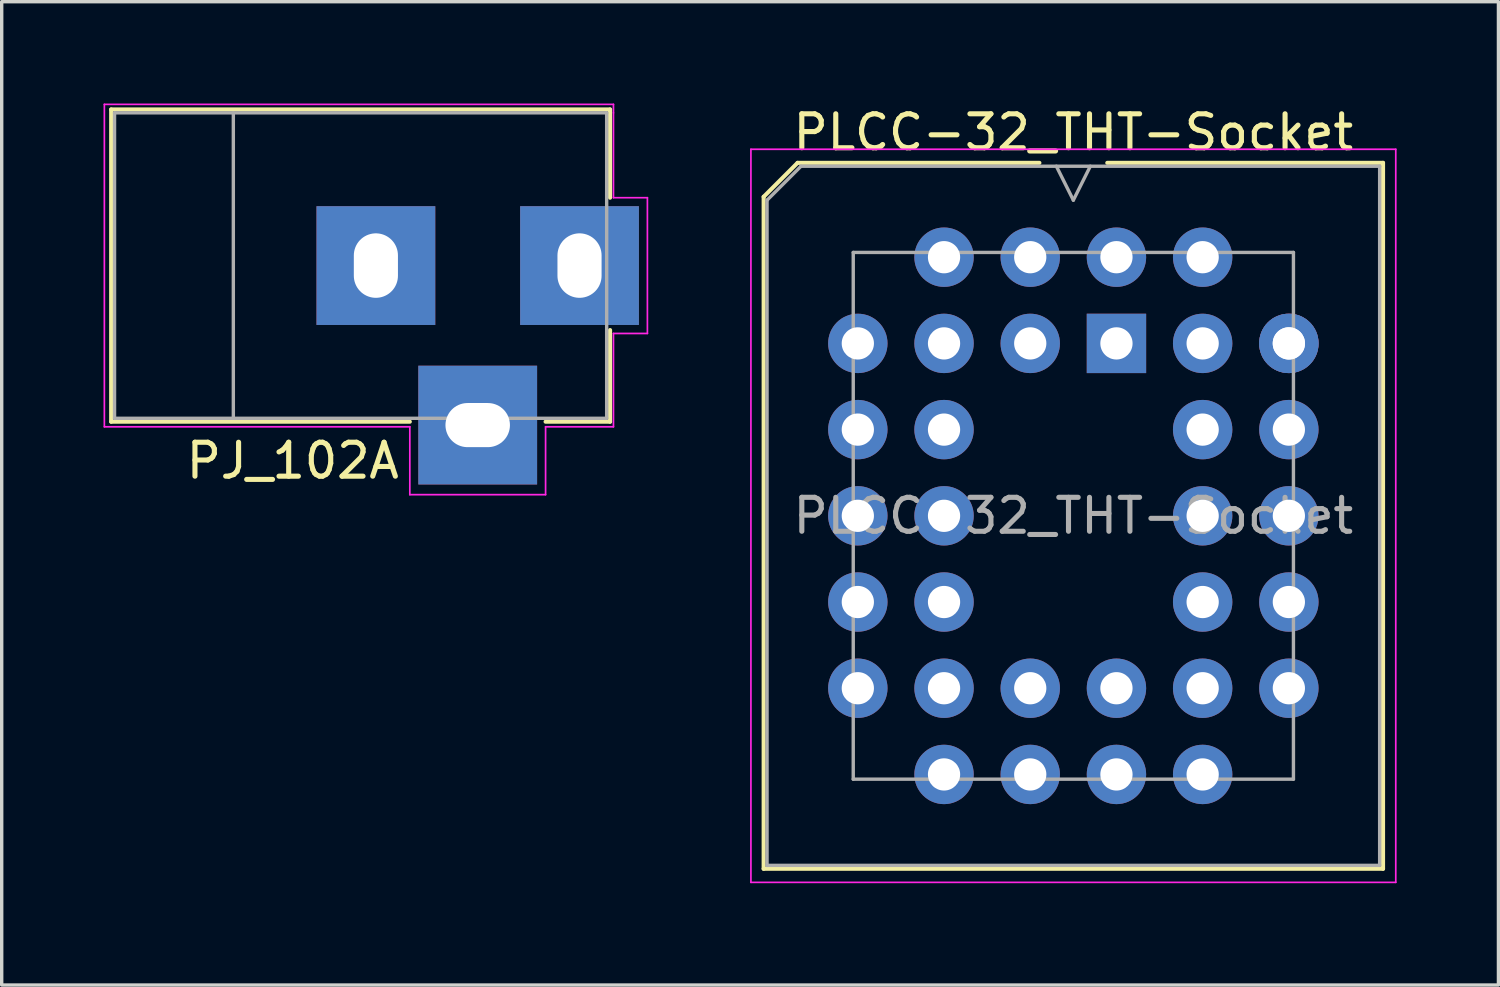
<source format=kicad_pcb>
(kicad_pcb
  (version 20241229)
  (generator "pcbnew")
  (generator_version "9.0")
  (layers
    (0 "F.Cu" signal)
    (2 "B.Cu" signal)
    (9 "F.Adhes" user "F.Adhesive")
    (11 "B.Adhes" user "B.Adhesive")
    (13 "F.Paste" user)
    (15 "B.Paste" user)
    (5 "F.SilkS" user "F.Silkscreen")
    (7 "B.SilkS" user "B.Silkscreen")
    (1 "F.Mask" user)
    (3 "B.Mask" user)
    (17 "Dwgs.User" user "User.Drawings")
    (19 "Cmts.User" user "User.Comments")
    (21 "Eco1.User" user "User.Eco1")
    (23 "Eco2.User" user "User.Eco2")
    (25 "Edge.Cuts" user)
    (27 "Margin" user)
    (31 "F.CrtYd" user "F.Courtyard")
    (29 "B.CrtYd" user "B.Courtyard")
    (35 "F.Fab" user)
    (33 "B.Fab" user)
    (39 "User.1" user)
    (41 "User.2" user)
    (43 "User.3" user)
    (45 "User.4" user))
  (footprint "PJ_102A"
    (layer "F.Cu")
    (at 14.025 4.775)
    (property "Reference" "PJ_102A" (at -8.45 5.75 180) (layer "F.SilkS") (effects (font (size 1 1) (thickness 0.15))))
    (attr through_hole)
    (fp_line (start -13.8 -4.6) (end 0.9 -4.6) (stroke (width 0.12) (type solid)) (layer "F.SilkS"))
    (fp_line (start -13.8 4.6) (end -13.8 -4.6) (stroke (width 0.12) (type solid)) (layer "F.SilkS"))
    (fp_line (start -5 4.6) (end -13.8 4.6) (stroke (width 0.12) (type solid)) (layer "F.SilkS"))
    (fp_line (start 0.9 -4.6) (end 0.9 -2) (stroke (width 0.12) (type solid)) (layer "F.SilkS"))
    (fp_line (start 0.9 1.9) (end 0.9 4.6) (stroke (width 0.12) (type solid)) (layer "F.SilkS"))
    (fp_line (start 0.9 4.6) (end -1 4.6) (stroke (width 0.12) (type solid)) (layer "F.SilkS"))
    (fp_line (start -14 4.75) (end -14 -4.75) (stroke (width 0.05) (type solid)) (layer "F.CrtYd"))
    (fp_line (start -5 4.75) (end -14 4.75) (stroke (width 0.05) (type solid)) (layer "F.CrtYd"))
    (fp_line (start -5 6.75) (end -5 4.75) (stroke (width 0.05) (type solid)) (layer "F.CrtYd"))
    (fp_line (start -1 4.75) (end -1 6.75) (stroke (width 0.05) (type solid)) (layer "F.CrtYd"))
    (fp_line (start -1 6.75) (end -5 6.75) (stroke (width 0.05) (type solid)) (layer "F.CrtYd"))
    (fp_line (start 1 -4.75) (end -14 -4.75) (stroke (width 0.05) (type solid)) (layer "F.CrtYd"))
    (fp_line (start 1 -4.5) (end 1 -4.75) (stroke (width 0.05) (type solid)) (layer "F.CrtYd"))
    (fp_line (start 1 -4.5) (end 1 -2) (stroke (width 0.05) (type solid)) (layer "F.CrtYd"))
    (fp_line (start 1 -2) (end 2 -2) (stroke (width 0.05) (type solid)) (layer "F.CrtYd"))
    (fp_line (start 1 2) (end 1 4.75) (stroke (width 0.05) (type solid)) (layer "F.CrtYd"))
    (fp_line (start 1 4.75) (end -1 4.75) (stroke (width 0.05) (type solid)) (layer "F.CrtYd"))
    (fp_line (start 2 -2) (end 2 2) (stroke (width 0.05) (type solid)) (layer "F.CrtYd"))
    (fp_line (start 2 2) (end 1 2) (stroke (width 0.05) (type solid)) (layer "F.CrtYd"))
    (fp_line (start -13.7 -4.5) (end -13.7 4.5) (stroke (width 0.1) (type solid)) (layer "F.Fab"))
    (fp_line (start -13.7 4.5) (end 0.8 4.5) (stroke (width 0.1) (type solid)) (layer "F.Fab"))
    (fp_line (start -10.2 -4.5) (end -10.2 4.5) (stroke (width 0.1) (type solid)) (layer "F.Fab"))
    (fp_line (start 0.8 -4.5) (end -13.7 -4.5) (stroke (width 0.1) (type solid)) (layer "F.Fab"))
    (fp_line (start 0.8 4.5) (end 0.8 -4.5) (stroke (width 0.1) (type solid)) (layer "F.Fab"))
    (pad "1" thru_hole rect (at 0 0) (size 3.5 3.5) (drill oval 1.3 1.9) (layers "*.Cu" "*.Mask"))
    (pad "2" thru_hole rect (at -6 0) (size 3.5 3.5) (drill oval 1.3 1.9) (layers "*.Cu" "*.Mask"))
    (pad "3" thru_hole rect (at -3 4.7) (size 3.5 3.5) (drill oval 1.9 1.3) (layers "*.Cu" "*.Mask")))
  (footprint "PLCC-32_THT-Socket"
    (layer "F.Cu")
    (at 29.845 7.068)
    (property "Reference" "PLCC-32_THT-Socket" (at -1.27 -6.22 0) (layer "F.SilkS") (effects (font (size 1 1) (thickness 0.15))))
    (attr through_hole)
    (fp_line (start -10.395 -4.32) (end -10.395 15.48) (stroke (width 0.12) (type solid)) (layer "F.SilkS"))
    (fp_line (start -10.395 15.48) (end 7.855 15.48) (stroke (width 0.12) (type solid)) (layer "F.SilkS"))
    (fp_line (start -9.395 -5.32) (end -10.395 -4.32) (stroke (width 0.12) (type solid)) (layer "F.SilkS"))
    (fp_line (start -2.27 -5.32) (end -9.395 -5.32) (stroke (width 0.12) (type solid)) (layer "F.SilkS"))
    (fp_line (start 7.855 -5.32) (end -0.27 -5.32) (stroke (width 0.12) (type solid)) (layer "F.SilkS"))
    (fp_line (start 7.855 15.48) (end 7.855 -5.32) (stroke (width 0.12) (type solid)) (layer "F.SilkS"))
    (fp_line (start -10.77 -5.72) (end -10.77 15.88) (stroke (width 0.05) (type solid)) (layer "F.CrtYd"))
    (fp_line (start -10.77 15.88) (end 8.23 15.88) (stroke (width 0.05) (type solid)) (layer "F.CrtYd"))
    (fp_line (start 8.23 -5.72) (end -10.77 -5.72) (stroke (width 0.05) (type solid)) (layer "F.CrtYd"))
    (fp_line (start 8.23 15.88) (end 8.23 -5.72) (stroke (width 0.05) (type solid)) (layer "F.CrtYd"))
    (fp_line (start -10.295 -4.22) (end -10.295 15.38) (stroke (width 0.1) (type solid)) (layer "F.Fab"))
    (fp_line (start -10.295 15.38) (end 7.755 15.38) (stroke (width 0.1) (type solid)) (layer "F.Fab"))
    (fp_line (start -9.295 -5.22) (end -10.295 -4.22) (stroke (width 0.1) (type solid)) (layer "F.Fab"))
    (fp_line (start -7.755 -2.68) (end -7.755 12.84) (stroke (width 0.1) (type solid)) (layer "F.Fab"))
    (fp_line (start -7.755 12.84) (end 5.215 12.84) (stroke (width 0.1) (type solid)) (layer "F.Fab"))
    (fp_line (start -1.77 -5.22) (end -1.27 -4.22) (stroke (width 0.1) (type solid)) (layer "F.Fab"))
    (fp_line (start -1.27 -4.22) (end -0.77 -5.22) (stroke (width 0.1) (type solid)) (layer "F.Fab"))
    (fp_line (start 5.215 -2.68) (end -7.755 -2.68) (stroke (width 0.1) (type solid)) (layer "F.Fab"))
    (fp_line (start 5.215 12.84) (end 5.215 -2.68) (stroke (width 0.1) (type solid)) (layer "F.Fab"))
    (fp_line (start 7.755 -5.22) (end -9.295 -5.22) (stroke (width 0.1) (type solid)) (layer "F.Fab"))
    (fp_line (start 7.755 15.38) (end 7.755 -5.22) (stroke (width 0.1) (type solid)) (layer "F.Fab"))
    (fp_text user "${REFERENCE}" (at -1.27 5.08 0) (layer "F.Fab") (effects (font (size 1 1) (thickness 0.15))))
    (pad "1" thru_hole rect (at 0 0) (size 1.75 1.75) (drill 0.95) (layers "*.Cu" "*.Mask"))
    (pad "2" thru_hole circle (at -2.54 -2.54) (size 1.75 1.75) (drill 0.95) (layers "*.Cu" "*.Mask"))
    (pad "3" thru_hole circle (at -2.54 0) (size 1.75 1.75) (drill 0.95) (layers "*.Cu" "*.Mask"))
    (pad "4" thru_hole circle (at -5.08 -2.54) (size 1.75 1.75) (drill 0.95) (layers "*.Cu" "*.Mask"))
    (pad "5" thru_hole circle (at -7.62 0) (size 1.75 1.75) (drill 0.95) (layers "*.Cu" "*.Mask"))
    (pad "6" thru_hole circle (at -5.08 0) (size 1.75 1.75) (drill 0.95) (layers "*.Cu" "*.Mask"))
    (pad "7" thru_hole circle (at -7.62 2.54) (size 1.75 1.75) (drill 0.95) (layers "*.Cu" "*.Mask"))
    (pad "8" thru_hole circle (at -5.08 2.54) (size 1.75 1.75) (drill 0.95) (layers "*.Cu" "*.Mask"))
    (pad "9" thru_hole circle (at -7.62 5.08) (size 1.75 1.75) (drill 0.95) (layers "*.Cu" "*.Mask"))
    (pad "10" thru_hole circle (at -5.08 5.08) (size 1.75 1.75) (drill 0.95) (layers "*.Cu" "*.Mask"))
    (pad "11" thru_hole circle (at -7.62 7.62) (size 1.75 1.75) (drill 0.95) (layers "*.Cu" "*.Mask"))
    (pad "12" thru_hole circle (at -5.08 7.62) (size 1.75 1.75) (drill 0.95) (layers "*.Cu" "*.Mask"))
    (pad "13" thru_hole circle (at -7.62 10.16) (size 1.75 1.75) (drill 0.95) (layers "*.Cu" "*.Mask"))
    (pad "14" thru_hole circle (at -5.08 12.7) (size 1.75 1.75) (drill 0.95) (layers "*.Cu" "*.Mask"))
    (pad "15" thru_hole circle (at -5.08 10.16) (size 1.75 1.75) (drill 0.95) (layers "*.Cu" "*.Mask"))
    (pad "16" thru_hole circle (at -2.54 12.7) (size 1.75 1.75) (drill 0.95) (layers "*.Cu" "*.Mask"))
    (pad "17" thru_hole circle (at -2.54 10.16) (size 1.75 1.75) (drill 0.95) (layers "*.Cu" "*.Mask"))
    (pad "18" thru_hole circle (at 0 12.7) (size 1.75 1.75) (drill 0.95) (layers "*.Cu" "*.Mask"))
    (pad "19" thru_hole circle (at 0 10.16) (size 1.75 1.75) (drill 0.95) (layers "*.Cu" "*.Mask"))
    (pad "20" thru_hole circle (at 2.54 12.7) (size 1.75 1.75) (drill 0.95) (layers "*.Cu" "*.Mask"))
    (pad "21" thru_hole circle (at 5.08 10.16) (size 1.75 1.75) (drill 0.95) (layers "*.Cu" "*.Mask"))
    (pad "22" thru_hole circle (at 2.54 10.16) (size 1.75 1.75) (drill 0.95) (layers "*.Cu" "*.Mask"))
    (pad "23" thru_hole circle (at 5.08 7.62) (size 1.75 1.75) (drill 0.95) (layers "*.Cu" "*.Mask"))
    (pad "24" thru_hole circle (at 2.54 7.62) (size 1.75 1.75) (drill 0.95) (layers "*.Cu" "*.Mask"))
    (pad "25" thru_hole circle (at 5.08 5.08) (size 1.75 1.75) (drill 0.95) (layers "*.Cu" "*.Mask"))
    (pad "26" thru_hole circle (at 2.54 5.08) (size 1.75 1.75) (drill 0.95) (layers "*.Cu" "*.Mask"))
    (pad "27" thru_hole circle (at 5.08 2.54) (size 1.75 1.75) (drill 0.95) (layers "*.Cu" "*.Mask"))
    (pad "28" thru_hole circle (at 2.54 2.54) (size 1.75 1.75) (drill 0.95) (layers "*.Cu" "*.Mask"))
    (pad "29" thru_hole circle (at 5.08 0) (size 1.75 1.75) (drill 0.95) (layers "*.Cu" "*.Mask"))
    (pad "29" thru_hole circle (at 5.08 0) (size 1.75 1.75) (drill 0.95) (layers "*.Cu" "*.Mask"))
    (pad "30" thru_hole circle (at 2.54 -2.54) (size 1.75 1.75) (drill 0.95) (layers "*.Cu" "*.Mask"))
    (pad "31" thru_hole circle (at 2.54 0) (size 1.75 1.75) (drill 0.95) (layers "*.Cu" "*.Mask"))
    (pad "32" thru_hole circle (at 0 -2.54) (size 1.75 1.75) (drill 0.95) (layers "*.Cu" "*.Mask")))
  (gr_rect
    (start -3 -3)
    (end 41.1 25.973)
    (stroke (width 0.1) (type default))
    (fill no)
    (layer "Edge.Cuts")))
</source>
